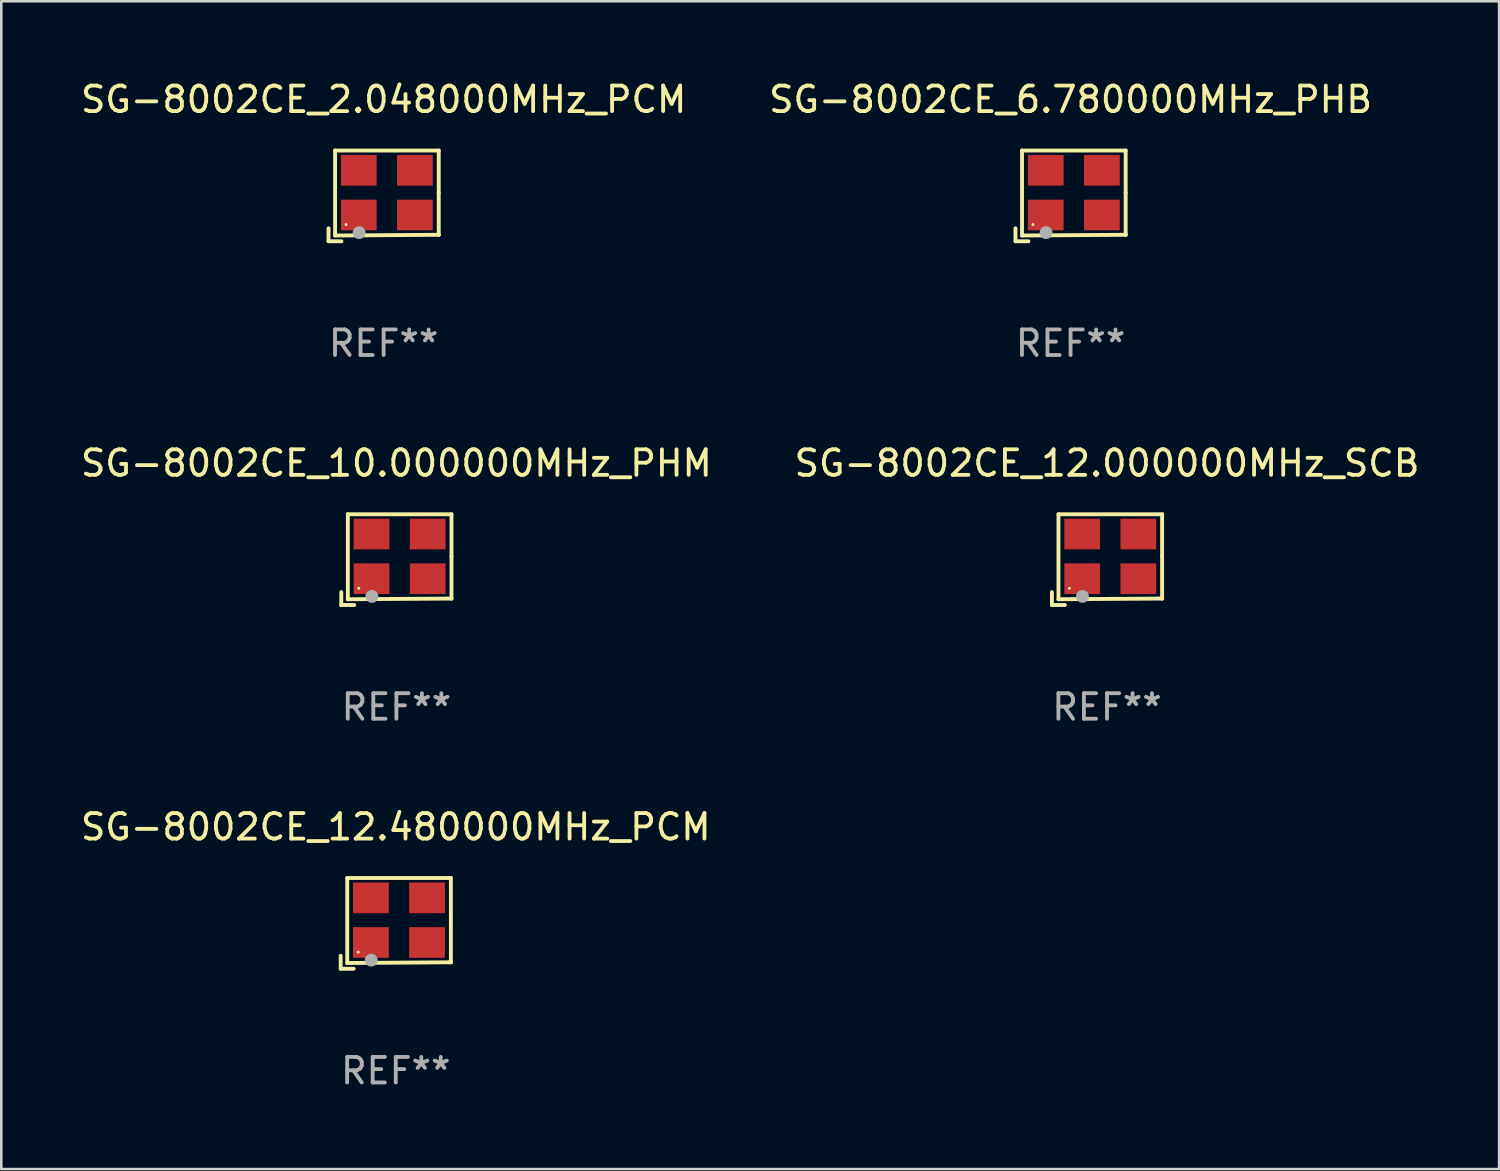
<source format=kicad_pcb>
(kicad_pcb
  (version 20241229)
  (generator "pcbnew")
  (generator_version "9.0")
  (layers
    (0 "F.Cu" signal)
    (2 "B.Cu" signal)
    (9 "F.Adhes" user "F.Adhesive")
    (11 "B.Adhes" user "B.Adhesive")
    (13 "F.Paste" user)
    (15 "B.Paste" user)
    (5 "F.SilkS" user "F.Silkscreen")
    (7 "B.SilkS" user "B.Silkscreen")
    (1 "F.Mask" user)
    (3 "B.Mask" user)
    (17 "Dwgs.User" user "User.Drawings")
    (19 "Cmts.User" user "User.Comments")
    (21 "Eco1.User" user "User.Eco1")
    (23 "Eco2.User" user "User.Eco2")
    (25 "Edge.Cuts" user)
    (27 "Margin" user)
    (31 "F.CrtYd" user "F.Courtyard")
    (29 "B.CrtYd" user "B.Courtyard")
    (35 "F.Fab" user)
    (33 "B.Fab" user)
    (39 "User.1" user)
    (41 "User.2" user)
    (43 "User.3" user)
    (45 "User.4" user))
  (footprint "SG-8002CE_6.780000MHz_PHB"
    (layer "F.Cu")
    (at 38.899 4.626)
    (property "Reference" "SG-8002CE_6.780000MHz_PHB" (at 0 -3.778 0) (layer "F.SilkS") (effects (font (size 1 1) (thickness 0.15))))
    (attr through_hole)
    (fp_line (start -2.159 1.27) (end -2.159 1.778) (stroke (width 0.152) (type solid)) (layer "F.SilkS"))
    (fp_line (start -2.159 1.778) (end -1.651 1.778) (stroke (width 0.152) (type solid)) (layer "F.SilkS"))
    (fp_line (start -1.902 -1.778) (end 2.159 -1.778) (stroke (width 0.152) (type solid)) (layer "F.SilkS"))
    (fp_line (start -1.902 1.552) (end -1.902 -1.778) (stroke (width 0.152) (type solid)) (layer "F.SilkS"))
    (fp_line (start 2.159 -1.778) (end 2.159 -0.127) (stroke (width 0.152) (type solid)) (layer "F.SilkS"))
    (fp_line (start 2.159 -0.127) (end 2.159 1.524) (stroke (width 0.152) (type solid)) (layer "F.SilkS"))
    (fp_line (start 2.159 1.524) (end -1.902 1.552) (stroke (width 0.152) (type solid)) (layer "F.SilkS"))
    (fp_line (start 2.159 1.524) (end 2.159 1.524) (stroke (width 0.152) (type solid)) (layer "F.SilkS"))
    (fp_circle (center -1.473 1.123) (end -1.443 1.123) (stroke (width 0.06) (type solid)) (fill no) (layer "F.SilkS"))
    (fp_circle (center -0.961 1.44) (end -0.834 1.44) (stroke (width 0.254) (type solid)) (fill no) (layer "F.Fab"))
    (fp_text user "REF**" (at 0 5.778 0) (layer "F.Fab") (effects (font (size 1 1) (thickness 0.15))))
    (pad "1" smd rect (at -0.973 0.748) (size 1.4 1.2) (layers "F.Cu" "F.Mask" "F.Paste"))
    (pad "2" smd rect (at 1.227 0.748) (size 1.4 1.2) (layers "F.Cu" "F.Mask" "F.Paste"))
    (pad "3" smd rect (at 1.227 -1.002) (size 1.4 1.2) (layers "F.Cu" "F.Mask" "F.Paste"))
    (pad "4" smd rect (at -0.973 -1.002) (size 1.4 1.2) (layers "F.Cu" "F.Mask" "F.Paste")))
  (footprint "SG-8002CE_10.000000MHz_PHM"
    (layer "F.Cu")
    (at 12.482 18.879)
    (property "Reference" "SG-8002CE_10.000000MHz_PHM" (at 0 -3.778 0) (layer "F.SilkS") (effects (font (size 1 1) (thickness 0.15))))
    (attr through_hole)
    (fp_line (start -2.159 1.27) (end -2.159 1.778) (stroke (width 0.152) (type solid)) (layer "F.SilkS"))
    (fp_line (start -2.159 1.778) (end -1.651 1.778) (stroke (width 0.152) (type solid)) (layer "F.SilkS"))
    (fp_line (start -1.902 -1.778) (end 2.159 -1.778) (stroke (width 0.152) (type solid)) (layer "F.SilkS"))
    (fp_line (start -1.902 1.552) (end -1.902 -1.778) (stroke (width 0.152) (type solid)) (layer "F.SilkS"))
    (fp_line (start 2.159 -1.778) (end 2.159 -0.127) (stroke (width 0.152) (type solid)) (layer "F.SilkS"))
    (fp_line (start 2.159 -0.127) (end 2.159 1.524) (stroke (width 0.152) (type solid)) (layer "F.SilkS"))
    (fp_line (start 2.159 1.524) (end -1.902 1.552) (stroke (width 0.152) (type solid)) (layer "F.SilkS"))
    (fp_line (start 2.159 1.524) (end 2.159 1.524) (stroke (width 0.152) (type solid)) (layer "F.SilkS"))
    (fp_circle (center -1.473 1.123) (end -1.443 1.123) (stroke (width 0.06) (type solid)) (fill no) (layer "F.SilkS"))
    (fp_circle (center -0.961 1.44) (end -0.834 1.44) (stroke (width 0.254) (type solid)) (fill no) (layer "F.Fab"))
    (fp_text user "REF**" (at 0 5.778 0) (layer "F.Fab") (effects (font (size 1 1) (thickness 0.15))))
    (pad "1" smd rect (at -0.973 0.748) (size 1.4 1.2) (layers "F.Cu" "F.Mask" "F.Paste"))
    (pad "2" smd rect (at 1.227 0.748) (size 1.4 1.2) (layers "F.Cu" "F.Mask" "F.Paste"))
    (pad "3" smd rect (at 1.227 -1.002) (size 1.4 1.2) (layers "F.Cu" "F.Mask" "F.Paste"))
    (pad "4" smd rect (at -0.973 -1.002) (size 1.4 1.2) (layers "F.Cu" "F.Mask" "F.Paste")))
  (footprint "SG-8002CE_12.480000MHz_PCM"
    (layer "F.Cu")
    (at 12.458 33.132)
    (property "Reference" "SG-8002CE_12.480000MHz_PCM" (at 0 -3.778 0) (layer "F.SilkS") (effects (font (size 1 1) (thickness 0.15))))
    (attr through_hole)
    (fp_line (start -2.159 1.27) (end -2.159 1.778) (stroke (width 0.152) (type solid)) (layer "F.SilkS"))
    (fp_line (start -2.159 1.778) (end -1.651 1.778) (stroke (width 0.152) (type solid)) (layer "F.SilkS"))
    (fp_line (start -1.902 -1.778) (end 2.159 -1.778) (stroke (width 0.152) (type solid)) (layer "F.SilkS"))
    (fp_line (start -1.902 1.552) (end -1.902 -1.778) (stroke (width 0.152) (type solid)) (layer "F.SilkS"))
    (fp_line (start 2.159 -1.778) (end 2.159 -0.127) (stroke (width 0.152) (type solid)) (layer "F.SilkS"))
    (fp_line (start 2.159 -0.127) (end 2.159 1.524) (stroke (width 0.152) (type solid)) (layer "F.SilkS"))
    (fp_line (start 2.159 1.524) (end -1.902 1.552) (stroke (width 0.152) (type solid)) (layer "F.SilkS"))
    (fp_line (start 2.159 1.524) (end 2.159 1.524) (stroke (width 0.152) (type solid)) (layer "F.SilkS"))
    (fp_circle (center -1.473 1.123) (end -1.443 1.123) (stroke (width 0.06) (type solid)) (fill no) (layer "F.SilkS"))
    (fp_circle (center -0.961 1.44) (end -0.834 1.44) (stroke (width 0.254) (type solid)) (fill no) (layer "F.Fab"))
    (fp_text user "REF**" (at 0 5.778 0) (layer "F.Fab") (effects (font (size 1 1) (thickness 0.15))))
    (pad "1" smd rect (at -0.973 0.748) (size 1.4 1.2) (layers "F.Cu" "F.Mask" "F.Paste"))
    (pad "2" smd rect (at 1.227 0.748) (size 1.4 1.2) (layers "F.Cu" "F.Mask" "F.Paste"))
    (pad "3" smd rect (at 1.227 -1.002) (size 1.4 1.2) (layers "F.Cu" "F.Mask" "F.Paste"))
    (pad "4" smd rect (at -0.973 -1.002) (size 1.4 1.2) (layers "F.Cu" "F.Mask" "F.Paste")))
  (footprint "SG-8002CE_12.000000MHz_SCB"
    (layer "F.Cu")
    (at 40.327 18.879)
    (property "Reference" "SG-8002CE_12.000000MHz_SCB" (at 0 -3.778 0) (layer "F.SilkS") (effects (font (size 1 1) (thickness 0.15))))
    (attr through_hole)
    (fp_line (start -2.159 1.27) (end -2.159 1.778) (stroke (width 0.152) (type solid)) (layer "F.SilkS"))
    (fp_line (start -2.159 1.778) (end -1.651 1.778) (stroke (width 0.152) (type solid)) (layer "F.SilkS"))
    (fp_line (start -1.902 -1.778) (end 2.159 -1.778) (stroke (width 0.152) (type solid)) (layer "F.SilkS"))
    (fp_line (start -1.902 1.552) (end -1.902 -1.778) (stroke (width 0.152) (type solid)) (layer "F.SilkS"))
    (fp_line (start 2.159 -1.778) (end 2.159 -0.127) (stroke (width 0.152) (type solid)) (layer "F.SilkS"))
    (fp_line (start 2.159 -0.127) (end 2.159 1.524) (stroke (width 0.152) (type solid)) (layer "F.SilkS"))
    (fp_line (start 2.159 1.524) (end -1.902 1.552) (stroke (width 0.152) (type solid)) (layer "F.SilkS"))
    (fp_line (start 2.159 1.524) (end 2.159 1.524) (stroke (width 0.152) (type solid)) (layer "F.SilkS"))
    (fp_circle (center -1.473 1.123) (end -1.443 1.123) (stroke (width 0.06) (type solid)) (fill no) (layer "F.SilkS"))
    (fp_circle (center -0.961 1.44) (end -0.834 1.44) (stroke (width 0.254) (type solid)) (fill no) (layer "F.Fab"))
    (fp_text user "REF**" (at 0 5.778 0) (layer "F.Fab") (effects (font (size 1 1) (thickness 0.15))))
    (pad "1" smd rect (at -0.973 0.748) (size 1.4 1.2) (layers "F.Cu" "F.Mask" "F.Paste"))
    (pad "2" smd rect (at 1.227 0.748) (size 1.4 1.2) (layers "F.Cu" "F.Mask" "F.Paste"))
    (pad "3" smd rect (at 1.227 -1.002) (size 1.4 1.2) (layers "F.Cu" "F.Mask" "F.Paste"))
    (pad "4" smd rect (at -0.973 -1.002) (size 1.4 1.2) (layers "F.Cu" "F.Mask" "F.Paste")))
  (footprint "SG-8002CE_2.048000MHz_PCM"
    (layer "F.Cu")
    (at 11.982 4.626)
    (property "Reference" "SG-8002CE_2.048000MHz_PCM" (at 0 -3.778 0) (layer "F.SilkS") (effects (font (size 1 1) (thickness 0.15))))
    (attr through_hole)
    (fp_line (start -2.159 1.27) (end -2.159 1.778) (stroke (width 0.152) (type solid)) (layer "F.SilkS"))
    (fp_line (start -2.159 1.778) (end -1.651 1.778) (stroke (width 0.152) (type solid)) (layer "F.SilkS"))
    (fp_line (start -1.902 -1.778) (end 2.159 -1.778) (stroke (width 0.152) (type solid)) (layer "F.SilkS"))
    (fp_line (start -1.902 1.552) (end -1.902 -1.778) (stroke (width 0.152) (type solid)) (layer "F.SilkS"))
    (fp_line (start 2.159 -1.778) (end 2.159 -0.127) (stroke (width 0.152) (type solid)) (layer "F.SilkS"))
    (fp_line (start 2.159 -0.127) (end 2.159 1.524) (stroke (width 0.152) (type solid)) (layer "F.SilkS"))
    (fp_line (start 2.159 1.524) (end -1.902 1.552) (stroke (width 0.152) (type solid)) (layer "F.SilkS"))
    (fp_line (start 2.159 1.524) (end 2.159 1.524) (stroke (width 0.152) (type solid)) (layer "F.SilkS"))
    (fp_circle (center -1.473 1.123) (end -1.443 1.123) (stroke (width 0.06) (type solid)) (fill no) (layer "F.SilkS"))
    (fp_circle (center -0.961 1.44) (end -0.834 1.44) (stroke (width 0.254) (type solid)) (fill no) (layer "F.Fab"))
    (fp_text user "REF**" (at 0 5.778 0) (layer "F.Fab") (effects (font (size 1 1) (thickness 0.15))))
    (pad "1" smd rect (at -0.973 0.748) (size 1.4 1.2) (layers "F.Cu" "F.Mask" "F.Paste"))
    (pad "2" smd rect (at 1.227 0.748) (size 1.4 1.2) (layers "F.Cu" "F.Mask" "F.Paste"))
    (pad "3" smd rect (at 1.227 -1.002) (size 1.4 1.2) (layers "F.Cu" "F.Mask" "F.Paste"))
    (pad "4" smd rect (at -0.973 -1.002) (size 1.4 1.2) (layers "F.Cu" "F.Mask" "F.Paste")))
  (gr_rect
    (start -3 -3)
    (end 55.69 42.758)
    (stroke (width 0.1) (type default))
    (fill no)
    (layer "Edge.Cuts")))
</source>
